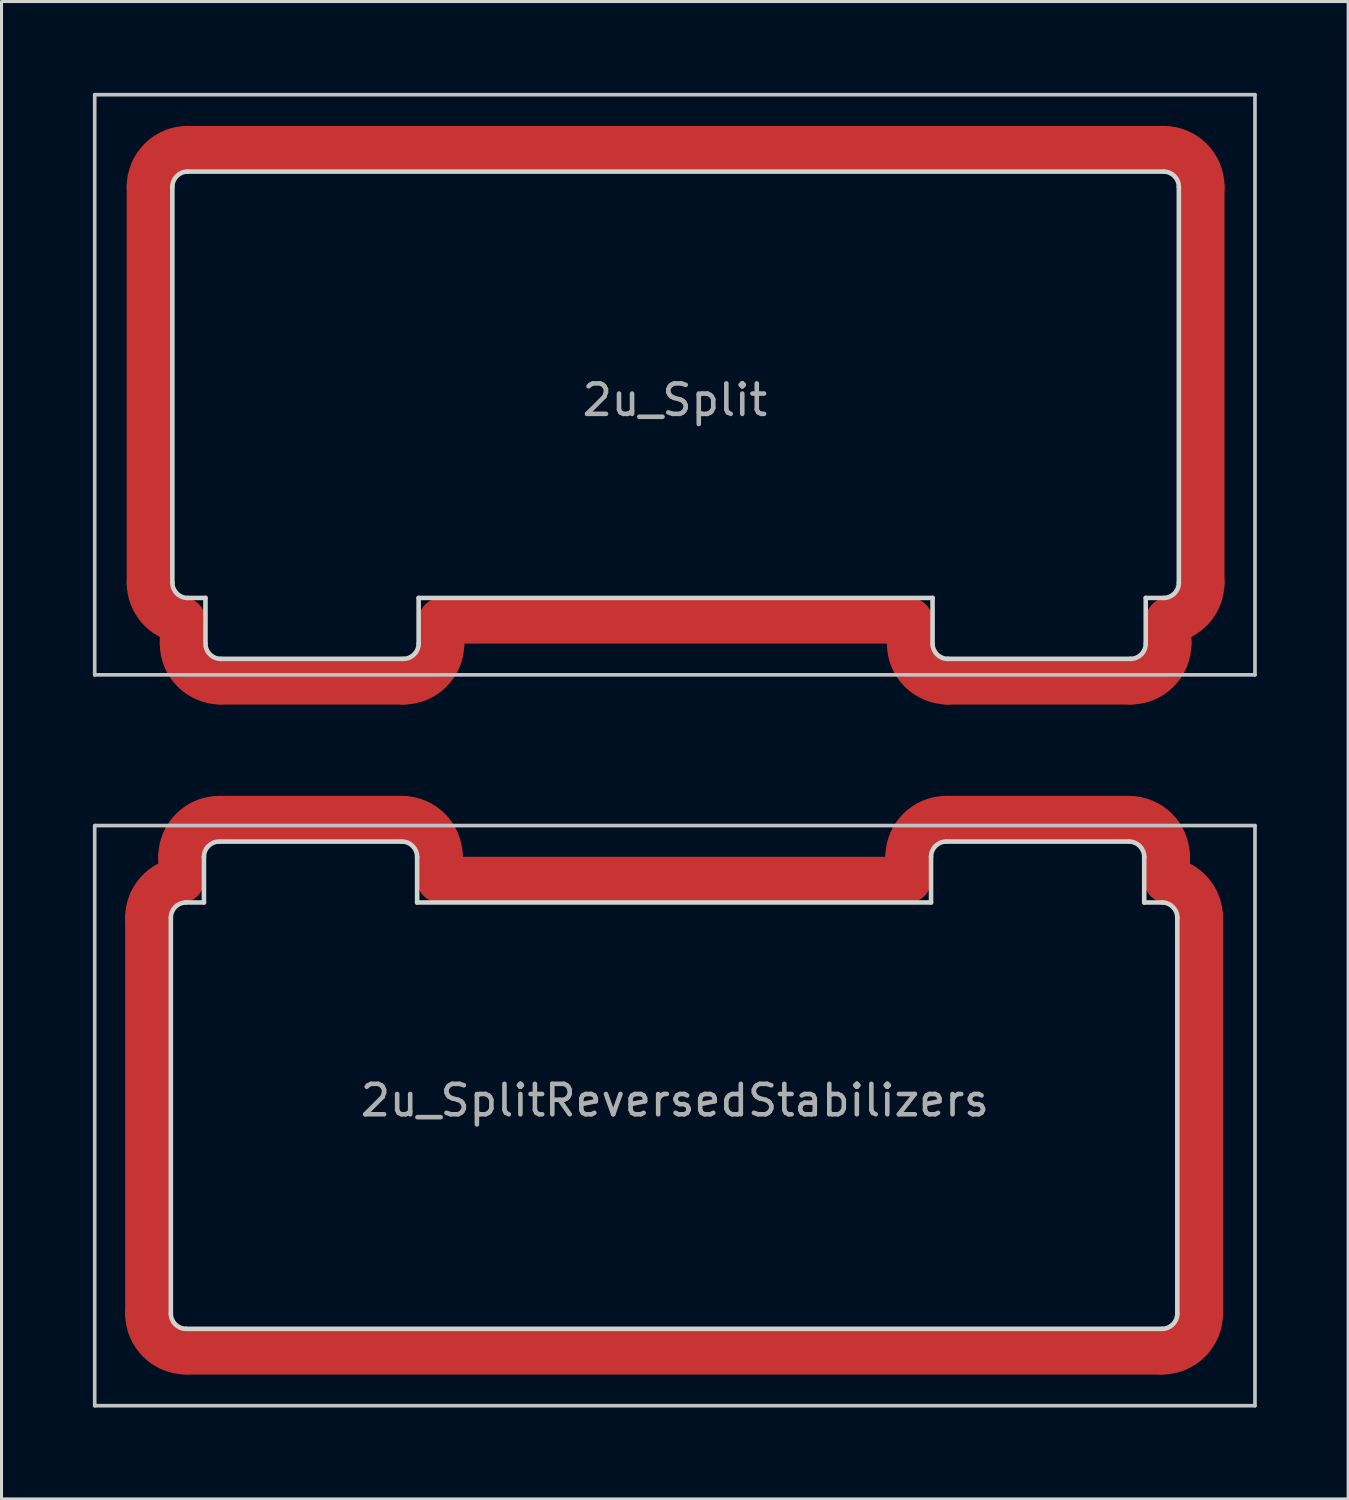
<source format=kicad_pcb>
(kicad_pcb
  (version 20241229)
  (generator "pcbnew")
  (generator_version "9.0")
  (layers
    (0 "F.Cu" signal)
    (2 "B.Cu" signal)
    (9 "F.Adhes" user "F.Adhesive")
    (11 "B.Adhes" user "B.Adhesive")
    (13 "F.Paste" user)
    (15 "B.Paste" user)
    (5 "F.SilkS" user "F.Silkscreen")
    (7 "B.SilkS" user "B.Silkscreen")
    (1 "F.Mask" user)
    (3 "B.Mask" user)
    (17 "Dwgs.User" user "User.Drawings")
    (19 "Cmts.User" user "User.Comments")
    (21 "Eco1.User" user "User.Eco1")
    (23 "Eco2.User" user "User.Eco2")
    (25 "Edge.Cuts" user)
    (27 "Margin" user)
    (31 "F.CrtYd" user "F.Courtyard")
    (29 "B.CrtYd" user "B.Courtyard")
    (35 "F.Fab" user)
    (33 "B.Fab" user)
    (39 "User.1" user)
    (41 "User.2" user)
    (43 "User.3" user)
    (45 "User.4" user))
  (footprint "2u_SplitReversedStabilizers"
    (layer "F.Cu")
    (at 19.11 33.585)
    (property "Reference" "2u_SplitReversedStabilizers" (at 0 -0.5 180) (layer "F.Fab") (effects (font (size 1 1) (thickness 0.15))))
    (attr through_hole)
    (fp_line (start -17.3 6.5) (end -17.3 -6.5) (stroke (width 1.5) (type solid)) (layer "F.Cu"))
    (fp_line (start -16.213 -7.739) (end -16.213 -8.5) (stroke (width 1.5) (type solid)) (layer "F.Cu"))
    (fp_line (start -14.963 -9.75) (end -8.963 -9.75) (stroke (width 1.5) (type solid)) (layer "F.Cu"))
    (fp_line (start -7.713 -8.5) (end -7.713 -7.75) (stroke (width 1.5) (type solid)) (layer "F.Cu"))
    (fp_line (start -7.713 -7.75) (end 7.663 -7.75) (stroke (width 1.5) (type solid)) (layer "F.Cu"))
    (fp_line (start 7.663 -7.75) (end 7.663 -8.5) (stroke (width 1.5) (type solid)) (layer "F.Cu"))
    (fp_line (start 8.913 -9.75) (end 14.913 -9.75) (stroke (width 1.5) (type solid)) (layer "F.Cu"))
    (fp_line (start 16 7.75) (end -16.05 7.75) (stroke (width 1.5) (type solid)) (layer "F.Cu"))
    (fp_line (start 16.163 -8.5) (end 16.163 -7.739) (stroke (width 1.5) (type solid)) (layer "F.Cu"))
    (fp_line (start 17.25 -6.5) (end 17.25 6.5) (stroke (width 1.5) (type solid)) (layer "F.Cu"))
    (fp_arc (start -17.299999 -6.500159) (mid -16.989693 -7.324302) (end -16.212998 -7.739326) (stroke (width 1.5) (type solid)) (layer "F.Cu"))
    (fp_arc (start -16.212998 -8.5) (mid -15.846882 -9.383883) (end -14.962999 -9.749999) (stroke (width 1.5) (type solid)) (layer "F.Cu"))
    (fp_arc (start -16.049997 7.75) (mid -16.933881 7.383884) (end -17.299999 6.5) (stroke (width 1.5) (type solid)) (layer "F.Cu"))
    (fp_arc (start -8.962999 -9.749999) (mid -8.079116 -9.383882) (end -7.712999 -8.499999) (stroke (width 1.5) (type solid)) (layer "F.Cu"))
    (fp_arc (start 7.663001 -8.499999) (mid 8.029118 -9.383882) (end 8.913001 -9.749999) (stroke (width 1.5) (type solid)) (layer "F.Cu"))
    (fp_arc (start 14.913 -9.749999) (mid 15.796884 -9.383883) (end 16.163001 -8.5) (stroke (width 1.5) (type solid)) (layer "F.Cu"))
    (fp_arc (start 16.163157 -7.739306) (mid 16.9398 -7.324183) (end 17.250001 -6.5) (stroke (width 1.5) (type solid)) (layer "F.Cu"))
    (fp_arc (start 17.25 6.499999) (mid 16.883884 7.383883) (end 16.000001 7.75) (stroke (width 1.5) (type solid)) (layer "F.Cu"))
    (fp_line (start -17.3 6.5) (end -17.3 -6.5) (stroke (width 1.5) (type solid)) (layer "F.Mask"))
    (fp_line (start -16.213 -7.739) (end -16.213 -8.5) (stroke (width 1.5) (type solid)) (layer "F.Mask"))
    (fp_line (start -14.963 -9.75) (end -8.963 -9.75) (stroke (width 1.5) (type solid)) (layer "F.Mask"))
    (fp_line (start -7.713 -8.5) (end -7.713 -7.75) (stroke (width 1.5) (type solid)) (layer "F.Mask"))
    (fp_line (start -7.713 -7.75) (end 7.663 -7.75) (stroke (width 1.5) (type solid)) (layer "F.Mask"))
    (fp_line (start 7.663 -7.75) (end 7.663 -8.5) (stroke (width 1.5) (type solid)) (layer "F.Mask"))
    (fp_line (start 8.913 -9.75) (end 14.913 -9.75) (stroke (width 1.5) (type solid)) (layer "F.Mask"))
    (fp_line (start 16 7.75) (end -16.05 7.75) (stroke (width 1.5) (type solid)) (layer "F.Mask"))
    (fp_line (start 16.163 -8.5) (end 16.163 -7.739) (stroke (width 1.5) (type solid)) (layer "F.Mask"))
    (fp_line (start 17.25 -6.5) (end 17.25 6.5) (stroke (width 1.5) (type solid)) (layer "F.Mask"))
    (fp_arc (start -17.299999 -6.500159) (mid -16.989693 -7.324302) (end -16.212998 -7.739326) (stroke (width 1.5) (type solid)) (layer "F.Mask"))
    (fp_arc (start -16.212998 -8.5) (mid -15.846882 -9.383883) (end -14.962999 -9.749999) (stroke (width 1.5) (type solid)) (layer "F.Mask"))
    (fp_arc (start -16.049997 7.75) (mid -16.933881 7.383884) (end -17.299999 6.5) (stroke (width 1.5) (type solid)) (layer "F.Mask"))
    (fp_arc (start -8.962999 -9.749999) (mid -8.079116 -9.383882) (end -7.712999 -8.499999) (stroke (width 1.5) (type solid)) (layer "F.Mask"))
    (fp_arc (start 7.663001 -8.499999) (mid 8.029118 -9.383882) (end 8.913001 -9.749999) (stroke (width 1.5) (type solid)) (layer "F.Mask"))
    (fp_arc (start 14.913 -9.749999) (mid 15.796884 -9.383883) (end 16.163001 -8.5) (stroke (width 1.5) (type solid)) (layer "F.Mask"))
    (fp_arc (start 16.163157 -7.739306) (mid 16.9398 -7.324183) (end 17.250001 -6.5) (stroke (width 1.5) (type solid)) (layer "F.Mask"))
    (fp_arc (start 17.25 6.499999) (mid 16.883884 7.383883) (end 16.000001 7.75) (stroke (width 1.5) (type solid)) (layer "F.Mask"))
    (fp_line (start -19.05 -9.525) (end -19.05 9.525) (stroke (width 0.12) (type solid)) (layer "Dwgs.User"))
    (fp_line (start -19.05 -9.525) (end 19.05 -9.525) (stroke (width 0.12) (type solid)) (layer "Dwgs.User"))
    (fp_line (start -19.05 9.525) (end 19.05 9.525) (stroke (width 0.12) (type solid)) (layer "Dwgs.User"))
    (fp_line (start 19.05 9.525) (end 19.05 -9.525) (stroke (width 0.12) (type solid)) (layer "Dwgs.User"))
    (fp_line (start -16.55 6.5) (end -16.55 -6.5) (stroke (width 0.15) (type solid)) (layer "Edge.Cuts"))
    (fp_line (start -16.05 -7) (end -15.463 -7) (stroke (width 0.15) (type solid)) (layer "Edge.Cuts"))
    (fp_line (start -15.463 -7) (end -15.463 -8.5) (stroke (width 0.15) (type solid)) (layer "Edge.Cuts"))
    (fp_line (start -14.963 -9) (end -8.963 -9) (stroke (width 0.15) (type solid)) (layer "Edge.Cuts"))
    (fp_line (start -8.463 -8.5) (end -8.463 -7) (stroke (width 0.15) (type solid)) (layer "Edge.Cuts"))
    (fp_line (start -8.463 -7) (end 8.413 -7) (stroke (width 0.15) (type solid)) (layer "Edge.Cuts"))
    (fp_line (start 8.413 -7) (end 8.413 -8.5) (stroke (width 0.15) (type solid)) (layer "Edge.Cuts"))
    (fp_line (start 8.913 -9) (end 14.913 -9) (stroke (width 0.15) (type solid)) (layer "Edge.Cuts"))
    (fp_line (start 15.413 -8.5) (end 15.413 -7) (stroke (width 0.15) (type solid)) (layer "Edge.Cuts"))
    (fp_line (start 15.413 -7) (end 16 -7) (stroke (width 0.15) (type solid)) (layer "Edge.Cuts"))
    (fp_line (start 16 7) (end -16.05 7) (stroke (width 0.15) (type solid)) (layer "Edge.Cuts"))
    (fp_line (start 16.5 -6.5) (end 16.5 6.5) (stroke (width 0.15) (type solid)) (layer "Edge.Cuts"))
    (fp_arc (start -16.549999 -6.499999) (mid -16.403552 -6.853553) (end -16.049998 -7) (stroke (width 0.15) (type solid)) (layer "Edge.Cuts"))
    (fp_arc (start -16.049997 7) (mid -16.403551 6.853554) (end -16.549999 6.5) (stroke (width 0.15) (type solid)) (layer "Edge.Cuts"))
    (fp_arc (start -15.462998 -8.499999) (mid -15.316551 -8.853552) (end -14.962998 -8.999999) (stroke (width 0.15) (type solid)) (layer "Edge.Cuts"))
    (fp_arc (start -8.962999 -8.999999) (mid -8.609446 -8.853552) (end -8.462999 -8.499999) (stroke (width 0.15) (type solid)) (layer "Edge.Cuts"))
    (fp_arc (start 8.413001 -8.499999) (mid 8.559448 -8.853552) (end 8.913001 -8.999999) (stroke (width 0.15) (type solid)) (layer "Edge.Cuts"))
    (fp_arc (start 14.913001 -8.999999) (mid 15.266554 -8.853552) (end 15.413001 -8.499999) (stroke (width 0.15) (type solid)) (layer "Edge.Cuts"))
    (fp_arc (start 15.999999 -7) (mid 16.353553 -6.853554) (end 16.500001 -6.5) (stroke (width 0.15) (type solid)) (layer "Edge.Cuts"))
    (fp_arc (start 16.500001 6.499999) (mid 16.353554 6.853553) (end 16 7) (stroke (width 0.15) (type solid)) (layer "Edge.Cuts")))
  (footprint "2u_Split"
    (layer "F.Cu")
    (at 19.11 9.585)
    (property "Reference" "2u_Split" (at 0 0.5 0) (layer "F.Fab") (effects (font (size 1 1) (thickness 0.15))))
    (attr through_hole)
    (fp_line (start -17.25 6.5) (end -17.25 -6.5) (stroke (width 1.5) (type solid)) (layer "F.Cu"))
    (fp_line (start -16.163 8.5) (end -16.163 7.739) (stroke (width 1.5) (type solid)) (layer "F.Cu"))
    (fp_line (start -16 -7.75) (end 16.05 -7.75) (stroke (width 1.5) (type solid)) (layer "F.Cu"))
    (fp_line (start -8.913 9.75) (end -14.913 9.75) (stroke (width 1.5) (type solid)) (layer "F.Cu"))
    (fp_line (start -7.663 7.75) (end -7.663 8.5) (stroke (width 1.5) (type solid)) (layer "F.Cu"))
    (fp_line (start 7.713 7.75) (end -7.663 7.75) (stroke (width 1.5) (type solid)) (layer "F.Cu"))
    (fp_line (start 7.713 8.5) (end 7.713 7.75) (stroke (width 1.5) (type solid)) (layer "F.Cu"))
    (fp_line (start 14.963 9.75) (end 8.963 9.75) (stroke (width 1.5) (type solid)) (layer "F.Cu"))
    (fp_line (start 16.213 7.739) (end 16.213 8.5) (stroke (width 1.5) (type solid)) (layer "F.Cu"))
    (fp_line (start 17.3 -6.5) (end 17.3 6.5) (stroke (width 1.5) (type solid)) (layer "F.Cu"))
    (fp_arc (start -17.25 -6.499998) (mid -16.883884 -7.383882) (end -16.000001 -7.749999) (stroke (width 1.5) (type solid)) (layer "F.Cu"))
    (fp_arc (start -16.163157 7.739307) (mid -16.9398 7.324184) (end -17.250001 6.500001) (stroke (width 1.5) (type solid)) (layer "F.Cu"))
    (fp_arc (start -14.913 9.75) (mid -15.796884 9.383884) (end -16.163001 8.500001) (stroke (width 1.5) (type solid)) (layer "F.Cu"))
    (fp_arc (start -7.663001 8.5) (mid -8.029118 9.383883) (end -8.913001 9.75) (stroke (width 1.5) (type solid)) (layer "F.Cu"))
    (fp_arc (start 8.962999 9.75) (mid 8.079116 9.383883) (end 7.712999 8.5) (stroke (width 1.5) (type solid)) (layer "F.Cu"))
    (fp_arc (start 16.049997 -7.749999) (mid 16.933881 -7.383883) (end 17.299999 -6.499999) (stroke (width 1.5) (type solid)) (layer "F.Cu"))
    (fp_arc (start 16.212998 8.500001) (mid 15.846882 9.383884) (end 14.962999 9.75) (stroke (width 1.5) (type solid)) (layer "F.Cu"))
    (fp_arc (start 17.299999 6.50016) (mid 16.989693 7.324303) (end 16.212998 7.739327) (stroke (width 1.5) (type solid)) (layer "F.Cu"))
    (fp_line (start -17.25 6.5) (end -17.25 -6.5) (stroke (width 1.5) (type solid)) (layer "F.Mask"))
    (fp_line (start -16.163 8.5) (end -16.163 7.739) (stroke (width 1.5) (type solid)) (layer "F.Mask"))
    (fp_line (start -16 -7.75) (end 16.05 -7.75) (stroke (width 1.5) (type solid)) (layer "F.Mask"))
    (fp_line (start -8.913 9.75) (end -14.913 9.75) (stroke (width 1.5) (type solid)) (layer "F.Mask"))
    (fp_line (start -7.663 7.75) (end -7.663 8.5) (stroke (width 1.5) (type solid)) (layer "F.Mask"))
    (fp_line (start 7.713 7.75) (end -7.663 7.75) (stroke (width 1.5) (type solid)) (layer "F.Mask"))
    (fp_line (start 7.713 8.5) (end 7.713 7.75) (stroke (width 1.5) (type solid)) (layer "F.Mask"))
    (fp_line (start 14.963 9.75) (end 8.963 9.75) (stroke (width 1.5) (type solid)) (layer "F.Mask"))
    (fp_line (start 16.213 7.739) (end 16.213 8.5) (stroke (width 1.5) (type solid)) (layer "F.Mask"))
    (fp_line (start 17.3 -6.5) (end 17.3 6.5) (stroke (width 1.5) (type solid)) (layer "F.Mask"))
    (fp_arc (start -17.25 -6.499998) (mid -16.883884 -7.383882) (end -16.000001 -7.749999) (stroke (width 1.5) (type solid)) (layer "F.Mask"))
    (fp_arc (start -16.163157 7.739307) (mid -16.9398 7.324184) (end -17.250001 6.500001) (stroke (width 1.5) (type solid)) (layer "F.Mask"))
    (fp_arc (start -14.913 9.75) (mid -15.796884 9.383884) (end -16.163001 8.500001) (stroke (width 1.5) (type solid)) (layer "F.Mask"))
    (fp_arc (start -7.663001 8.5) (mid -8.029118 9.383883) (end -8.913001 9.75) (stroke (width 1.5) (type solid)) (layer "F.Mask"))
    (fp_arc (start 8.962999 9.75) (mid 8.079116 9.383883) (end 7.712999 8.5) (stroke (width 1.5) (type solid)) (layer "F.Mask"))
    (fp_arc (start 16.049997 -7.749999) (mid 16.933881 -7.383883) (end 17.299999 -6.499999) (stroke (width 1.5) (type solid)) (layer "F.Mask"))
    (fp_arc (start 16.212998 8.500001) (mid 15.846882 9.383884) (end 14.962999 9.75) (stroke (width 1.5) (type solid)) (layer "F.Mask"))
    (fp_arc (start 17.299999 6.50016) (mid 16.989693 7.324303) (end 16.212998 7.739327) (stroke (width 1.5) (type solid)) (layer "F.Mask"))
    (fp_line (start -19.05 -9.525) (end -19.05 9.525) (stroke (width 0.12) (type solid)) (layer "Dwgs.User"))
    (fp_line (start 19.05 -9.525) (end -19.05 -9.525) (stroke (width 0.12) (type solid)) (layer "Dwgs.User"))
    (fp_line (start 19.05 9.525) (end -19.05 9.525) (stroke (width 0.12) (type solid)) (layer "Dwgs.User"))
    (fp_line (start 19.05 9.525) (end 19.05 -9.525) (stroke (width 0.12) (type solid)) (layer "Dwgs.User"))
    (fp_line (start -16.5 6.5) (end -16.5 -6.5) (stroke (width 0.15) (type solid)) (layer "Edge.Cuts"))
    (fp_line (start -16 -7) (end 16.05 -7) (stroke (width 0.15) (type solid)) (layer "Edge.Cuts"))
    (fp_line (start -15.413 7) (end -16 7) (stroke (width 0.15) (type solid)) (layer "Edge.Cuts"))
    (fp_line (start -15.413 8.5) (end -15.413 7) (stroke (width 0.15) (type solid)) (layer "Edge.Cuts"))
    (fp_line (start -8.913 9) (end -14.913 9) (stroke (width 0.15) (type solid)) (layer "Edge.Cuts"))
    (fp_line (start -8.413 7) (end -8.413 8.5) (stroke (width 0.15) (type solid)) (layer "Edge.Cuts"))
    (fp_line (start 8.463 7) (end -8.413 7) (stroke (width 0.15) (type solid)) (layer "Edge.Cuts"))
    (fp_line (start 8.463 8.5) (end 8.463 7) (stroke (width 0.15) (type solid)) (layer "Edge.Cuts"))
    (fp_line (start 14.963 9) (end 8.963 9) (stroke (width 0.15) (type solid)) (layer "Edge.Cuts"))
    (fp_line (start 15.463 7) (end 15.463 8.5) (stroke (width 0.15) (type solid)) (layer "Edge.Cuts"))
    (fp_line (start 16.05 7) (end 15.463 7) (stroke (width 0.15) (type solid)) (layer "Edge.Cuts"))
    (fp_line (start 16.55 -6.5) (end 16.55 6.5) (stroke (width 0.15) (type solid)) (layer "Edge.Cuts"))
    (fp_arc (start -16.500001 -6.499998) (mid -16.353554 -6.853552) (end -16 -6.999999) (stroke (width 0.15) (type solid)) (layer "Edge.Cuts"))
    (fp_arc (start -15.999999 7.000001) (mid -16.353553 6.853555) (end -16.500001 6.500001) (stroke (width 0.15) (type solid)) (layer "Edge.Cuts"))
    (fp_arc (start -14.913001 9) (mid -15.266554 8.853553) (end -15.413001 8.5) (stroke (width 0.15) (type solid)) (layer "Edge.Cuts"))
    (fp_arc (start -8.413001 8.5) (mid -8.559448 8.853553) (end -8.913001 9) (stroke (width 0.15) (type solid)) (layer "Edge.Cuts"))
    (fp_arc (start 8.962999 9) (mid 8.609446 8.853553) (end 8.462999 8.5) (stroke (width 0.15) (type solid)) (layer "Edge.Cuts"))
    (fp_arc (start 15.462998 8.5) (mid 15.316551 8.853553) (end 14.962998 9) (stroke (width 0.15) (type solid)) (layer "Edge.Cuts"))
    (fp_arc (start 16.049997 -6.999999) (mid 16.403551 -6.853553) (end 16.549999 -6.499999) (stroke (width 0.15) (type solid)) (layer "Edge.Cuts"))
    (fp_arc (start 16.549999 6.5) (mid 16.403552 6.853554) (end 16.049998 7.000001) (stroke (width 0.15) (type solid)) (layer "Edge.Cuts")))
  (gr_rect
    (start -3 -3)
    (end 41.22 46.17)
    (stroke (width 0.1) (type default))
    (fill no)
    (layer "Edge.Cuts")))
</source>
